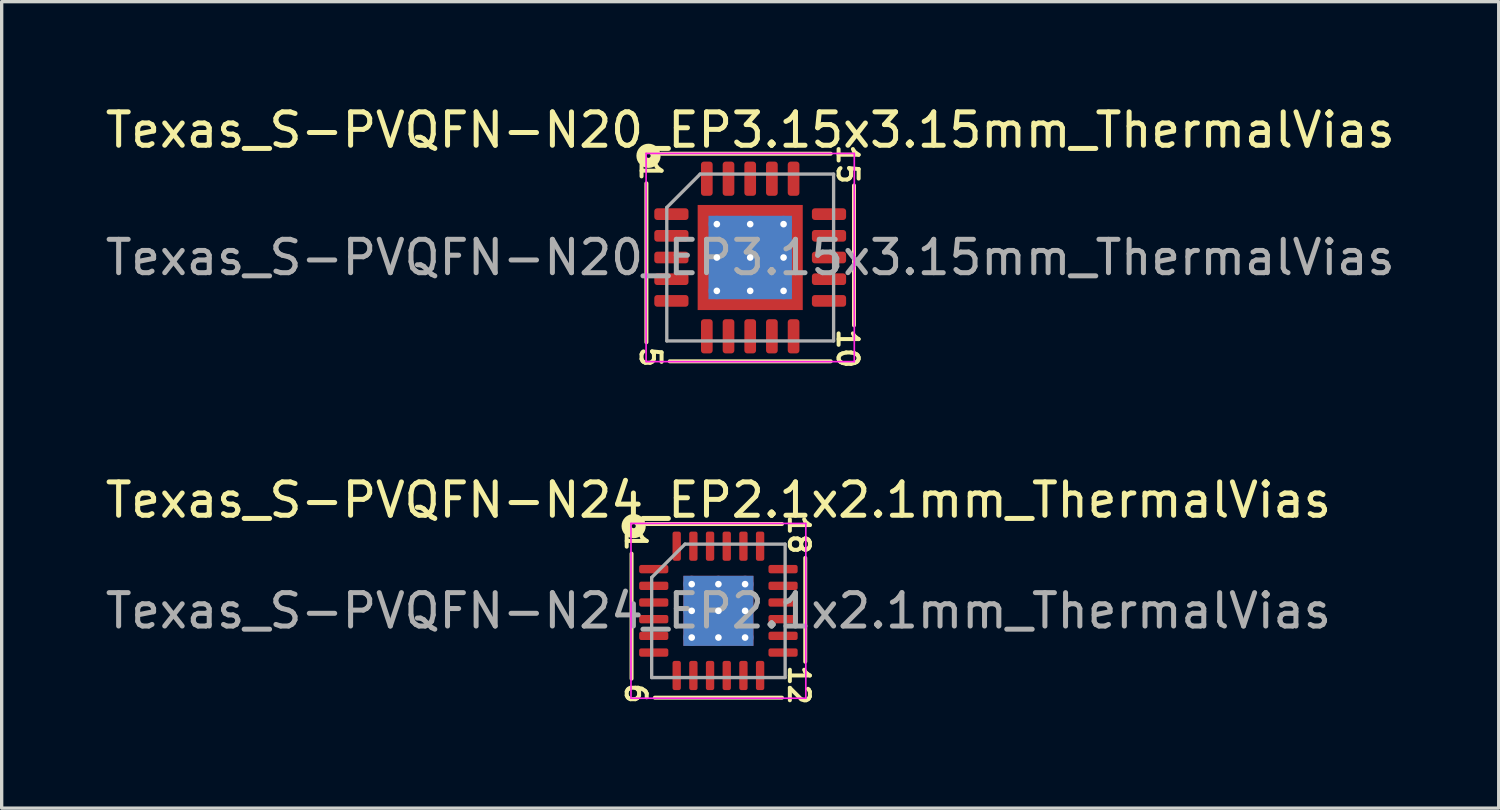
<source format=kicad_pcb>
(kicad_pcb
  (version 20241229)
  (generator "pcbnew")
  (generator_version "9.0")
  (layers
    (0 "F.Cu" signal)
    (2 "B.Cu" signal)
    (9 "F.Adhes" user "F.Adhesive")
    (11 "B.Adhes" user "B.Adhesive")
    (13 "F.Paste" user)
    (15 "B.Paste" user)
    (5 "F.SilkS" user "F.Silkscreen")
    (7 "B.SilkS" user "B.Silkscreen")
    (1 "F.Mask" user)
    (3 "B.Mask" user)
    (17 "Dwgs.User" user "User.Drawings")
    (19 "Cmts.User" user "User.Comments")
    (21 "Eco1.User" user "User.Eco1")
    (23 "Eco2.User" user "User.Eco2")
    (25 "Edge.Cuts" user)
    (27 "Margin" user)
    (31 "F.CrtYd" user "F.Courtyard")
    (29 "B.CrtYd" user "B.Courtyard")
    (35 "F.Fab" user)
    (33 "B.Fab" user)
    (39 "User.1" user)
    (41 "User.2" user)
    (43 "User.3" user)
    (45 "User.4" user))
  (footprint "Texas_S-PVQFN-N20_EP3.15x3.15mm_ThermalVias"
    (layer "F.Cu")
    (at 19.435 4.668)
    (property "Reference" "Texas_S-PVQFN-N20_EP3.15x3.15mm_ThermalVias" (at 0 -3.82 0) (layer "F.SilkS") (effects (font (size 1 1) (thickness 0.15))))
    (attr smd)
    (fp_line (start -3.111 -2.223) (end -3.111 2.54) (stroke (width 0.12) (type solid)) (layer "F.SilkS"))
    (fp_line (start -2.413 3.111) (end 2.413 3.111) (stroke (width 0.12) (type solid)) (layer "F.SilkS"))
    (fp_line (start 2.413 -3.111) (end -2.667 -3.111) (stroke (width 0.12) (type solid)) (layer "F.SilkS"))
    (fp_line (start 3.111 2.032) (end 3.111 -2.159) (stroke (width 0.12) (type solid)) (layer "F.SilkS"))
    (fp_circle (center -3.048 -3.048) (end -2.985 -3.048) (stroke (width 0.3) (type solid)) (fill no) (layer "F.SilkS"))
    (fp_line (start -3.12 -3.12) (end -3.12 3.12) (stroke (width 0.05) (type solid)) (layer "F.CrtYd"))
    (fp_line (start -3.12 3.12) (end 3.12 3.12) (stroke (width 0.05) (type solid)) (layer "F.CrtYd"))
    (fp_line (start 3.12 -3.12) (end -3.12 -3.12) (stroke (width 0.05) (type solid)) (layer "F.CrtYd"))
    (fp_line (start 3.12 3.12) (end 3.12 -3.12) (stroke (width 0.05) (type solid)) (layer "F.CrtYd"))
    (fp_line (start -2.5 -1.5) (end -1.5 -2.5) (stroke (width 0.1) (type solid)) (layer "F.Fab"))
    (fp_line (start -2.5 2.5) (end -2.5 -1.5) (stroke (width 0.1) (type solid)) (layer "F.Fab"))
    (fp_line (start -1.5 -2.5) (end 2.5 -2.5) (stroke (width 0.1) (type solid)) (layer "F.Fab"))
    (fp_line (start 2.5 -2.5) (end 2.5 2.5) (stroke (width 0.1) (type solid)) (layer "F.Fab"))
    (fp_line (start 2.5 2.5) (end -2.5 2.5) (stroke (width 0.1) (type solid)) (layer "F.Fab"))
    (fp_text user "15" (at 2.921 -2.794 270) (unlocked yes) (layer "F.SilkS") (effects (font (size 0.6 0.6) (thickness 0.12))))
    (fp_text user "1" (at -2.985 -2.603 270) (unlocked yes) (layer "F.SilkS") (effects (font (size 0.6 0.6) (thickness 0.12))))
    (fp_text user "10" (at 2.921 2.731 270) (unlocked yes) (layer "F.SilkS") (effects (font (size 0.6 0.6) (thickness 0.12))))
    (fp_text user "5" (at -2.985 2.985 270) (unlocked yes) (layer "F.SilkS") (effects (font (size 0.6 0.6) (thickness 0.12))))
    (fp_text user "${REFERENCE}" (at 0 0 0) (layer "F.Fab") (effects (font (size 1 1) (thickness 0.15))))
    (pad "" smd custom (at -1.288 -1.288) (size 0.342 0.342) (layers "F.Paste") (options (anchor circle)) (primitives (gr_poly (pts (xy 0.116 0.012) (xy 0.012 0.116) (xy -0.116 0.116) (xy -0.116 -0.116) (xy 0.116 -0.116)) (width 0.232) (fill yes))))
    (pad "" smd custom (at -1.288 -0.5) (size 0.371 0.371) (layers "F.Paste") (options (anchor circle)) (primitives (gr_poly (pts (xy 0.14 -0.235) (xy 0.14 0.235) (xy 0.063 0.311) (xy -0.14 0.311) (xy -0.14 -0.311) (xy 0.063 -0.311)) (width 0.184) (fill yes))))
    (pad "" smd custom (at -1.288 0.5) (size 0.371 0.371) (layers "F.Paste") (options (anchor circle)) (primitives (gr_poly (pts (xy 0.14 -0.235) (xy 0.14 0.235) (xy 0.063 0.311) (xy -0.14 0.311) (xy -0.14 -0.311) (xy 0.063 -0.311)) (width 0.184) (fill yes))))
    (pad "" smd custom (at -1.288 1.288) (size 0.342 0.342) (layers "F.Paste") (options (anchor circle)) (primitives (gr_poly (pts (xy 0.116 -0.012) (xy 0.116 0.116) (xy -0.116 0.116) (xy -0.116 -0.116) (xy 0.012 -0.116)) (width 0.232) (fill yes))))
    (pad "" smd custom (at -0.5 -1.288) (size 0.371 0.371) (layers "F.Paste") (options (anchor circle)) (primitives (gr_poly (pts (xy 0.311 0.063) (xy 0.235 0.14) (xy -0.235 0.14) (xy -0.311 0.063) (xy -0.311 -0.14) (xy 0.311 -0.14)) (width 0.184) (fill yes))))
    (pad "" smd roundrect (at -0.5 -0.5) (size 0.806 0.806) (layers "F.Paste") (roundrect_rratio 0.25))
    (pad "" smd roundrect (at -0.5 0.5) (size 0.806 0.806) (layers "F.Paste") (roundrect_rratio 0.25))
    (pad "" smd custom (at -0.5 1.288) (size 0.371 0.371) (layers "F.Paste") (options (anchor circle)) (primitives (gr_poly (pts (xy 0.311 -0.063) (xy 0.311 0.14) (xy -0.311 0.14) (xy -0.311 -0.063) (xy -0.235 -0.14) (xy 0.235 -0.14)) (width 0.184) (fill yes))))
    (pad "" smd custom (at 0.5 -1.288) (size 0.371 0.371) (layers "F.Paste") (options (anchor circle)) (primitives (gr_poly (pts (xy 0.311 0.063) (xy 0.235 0.14) (xy -0.235 0.14) (xy -0.311 0.063) (xy -0.311 -0.14) (xy 0.311 -0.14)) (width 0.184) (fill yes))))
    (pad "" smd roundrect (at 0.5 -0.5) (size 0.806 0.806) (layers "F.Paste") (roundrect_rratio 0.25))
    (pad "" smd roundrect (at 0.5 0.5) (size 0.806 0.806) (layers "F.Paste") (roundrect_rratio 0.25))
    (pad "" smd custom (at 0.5 1.288) (size 0.371 0.371) (layers "F.Paste") (options (anchor circle)) (primitives (gr_poly (pts (xy 0.311 -0.063) (xy 0.311 0.14) (xy -0.311 0.14) (xy -0.311 -0.063) (xy -0.235 -0.14) (xy 0.235 -0.14)) (width 0.184) (fill yes))))
    (pad "" smd custom (at 1.288 -1.288) (size 0.342 0.342) (layers "F.Paste") (options (anchor circle)) (primitives (gr_poly (pts (xy 0.116 0.116) (xy -0.012 0.116) (xy -0.116 0.012) (xy -0.116 -0.116) (xy 0.116 -0.116)) (width 0.232) (fill yes))))
    (pad "" smd custom (at 1.288 -0.5) (size 0.371 0.371) (layers "F.Paste") (options (anchor circle)) (primitives (gr_poly (pts (xy 0.14 0.311) (xy -0.063 0.311) (xy -0.14 0.235) (xy -0.14 -0.235) (xy -0.063 -0.311) (xy 0.14 -0.311)) (width 0.184) (fill yes))))
    (pad "" smd custom (at 1.288 0.5) (size 0.371 0.371) (layers "F.Paste") (options (anchor circle)) (primitives (gr_poly (pts (xy 0.14 0.311) (xy -0.063 0.311) (xy -0.14 0.235) (xy -0.14 -0.235) (xy -0.063 -0.311) (xy 0.14 -0.311)) (width 0.184) (fill yes))))
    (pad "" smd custom (at 1.288 1.288) (size 0.342 0.342) (layers "F.Paste") (options (anchor circle)) (primitives (gr_poly (pts (xy 0.116 0.116) (xy -0.116 0.116) (xy -0.116 -0.012) (xy -0.012 -0.116) (xy 0.116 -0.116)) (width 0.232) (fill yes))))
    (pad "1" smd roundrect (at -2.362 -1.3) (size 1.025 0.35) (layers "F.Cu" "F.Mask" "F.Paste") (roundrect_rratio 0.25))
    (pad "2" smd roundrect (at -2.362 -0.65) (size 1.025 0.35) (layers "F.Cu" "F.Mask" "F.Paste") (roundrect_rratio 0.25))
    (pad "3" smd roundrect (at -2.362 0) (size 1.025 0.35) (layers "F.Cu" "F.Mask" "F.Paste") (roundrect_rratio 0.25))
    (pad "4" smd roundrect (at -2.362 0.65) (size 1.025 0.35) (layers "F.Cu" "F.Mask" "F.Paste") (roundrect_rratio 0.25))
    (pad "5" smd roundrect (at -2.362 1.3) (size 1.025 0.35) (layers "F.Cu" "F.Mask" "F.Paste") (roundrect_rratio 0.25))
    (pad "6" smd roundrect (at -1.3 2.362) (size 0.35 1.025) (layers "F.Cu" "F.Mask" "F.Paste") (roundrect_rratio 0.25))
    (pad "7" smd roundrect (at -0.65 2.362) (size 0.35 1.025) (layers "F.Cu" "F.Mask" "F.Paste") (roundrect_rratio 0.25))
    (pad "8" smd roundrect (at 0 2.362) (size 0.35 1.025) (layers "F.Cu" "F.Mask" "F.Paste") (roundrect_rratio 0.25))
    (pad "9" smd roundrect (at 0.65 2.362) (size 0.35 1.025) (layers "F.Cu" "F.Mask" "F.Paste") (roundrect_rratio 0.25))
    (pad "10" smd roundrect (at 1.3 2.362) (size 0.35 1.025) (layers "F.Cu" "F.Mask" "F.Paste") (roundrect_rratio 0.25))
    (pad "11" smd roundrect (at 2.362 1.3) (size 1.025 0.35) (layers "F.Cu" "F.Mask" "F.Paste") (roundrect_rratio 0.25))
    (pad "12" smd roundrect (at 2.362 0.65) (size 1.025 0.35) (layers "F.Cu" "F.Mask" "F.Paste") (roundrect_rratio 0.25))
    (pad "13" smd roundrect (at 2.362 0) (size 1.025 0.35) (layers "F.Cu" "F.Mask" "F.Paste") (roundrect_rratio 0.25))
    (pad "14" smd roundrect (at 2.362 -0.65) (size 1.025 0.35) (layers "F.Cu" "F.Mask" "F.Paste") (roundrect_rratio 0.25))
    (pad "15" smd roundrect (at 2.362 -1.3) (size 1.025 0.35) (layers "F.Cu" "F.Mask" "F.Paste") (roundrect_rratio 0.25))
    (pad "16" smd roundrect (at 1.3 -2.362) (size 0.35 1.025) (layers "F.Cu" "F.Mask" "F.Paste") (roundrect_rratio 0.25))
    (pad "17" smd roundrect (at 0.65 -2.362) (size 0.35 1.025) (layers "F.Cu" "F.Mask" "F.Paste") (roundrect_rratio 0.25))
    (pad "18" smd roundrect (at 0 -2.362) (size 0.35 1.025) (layers "F.Cu" "F.Mask" "F.Paste") (roundrect_rratio 0.25))
    (pad "19" smd roundrect (at -0.65 -2.362) (size 0.35 1.025) (layers "F.Cu" "F.Mask" "F.Paste") (roundrect_rratio 0.25))
    (pad "20" smd roundrect (at -1.3 -2.362) (size 0.35 1.025) (layers "F.Cu" "F.Mask" "F.Paste") (roundrect_rratio 0.25))
    (pad "21" thru_hole circle (at -1 -1) (size 0.5 0.5) (drill 0.2) (layers "*.Cu"))
    (pad "21" thru_hole circle (at -1 0) (size 0.5 0.5) (drill 0.2) (layers "*.Cu"))
    (pad "21" thru_hole circle (at -1 1) (size 0.5 0.5) (drill 0.2) (layers "*.Cu"))
    (pad "21" thru_hole circle (at 0 -1) (size 0.5 0.5) (drill 0.2) (layers "*.Cu"))
    (pad "21" thru_hole circle (at 0 0) (size 0.5 0.5) (drill 0.2) (layers "*.Cu"))
    (pad "21" smd rect (at 0 0) (size 2.5 2.5) (layers "B.Cu" "B.Mask"))
    (pad "21" smd rect (at 0 0) (size 3.15 3.15) (layers "F.Cu" "F.Mask"))
    (pad "21" thru_hole circle (at 0 1) (size 0.5 0.5) (drill 0.2) (layers "*.Cu"))
    (pad "21" thru_hole circle (at 1 -1) (size 0.5 0.5) (drill 0.2) (layers "*.Cu"))
    (pad "21" thru_hole circle (at 1 0) (size 0.5 0.5) (drill 0.2) (layers "*.Cu"))
    (pad "21" thru_hole circle (at 1 1) (size 0.5 0.5) (drill 0.2) (layers "*.Cu")))
  (footprint "Texas_S-PVQFN-N24_EP2.1x2.1mm_ThermalVias"
    (layer "F.Cu")
    (at 18.482 15.258)
    (property "Reference" "Texas_S-PVQFN-N24_EP2.1x2.1mm_ThermalVias" (at 0 -3.32 0) (layer "F.SilkS") (effects (font (size 1 1) (thickness 0.15))))
    (attr smd)
    (fp_line (start -2.603 -1.714) (end -2.603 2.032) (stroke (width 0.12) (type solid)) (layer "F.SilkS"))
    (fp_line (start -1.905 2.603) (end 1.905 2.603) (stroke (width 0.12) (type solid)) (layer "F.SilkS"))
    (fp_line (start 1.905 -2.603) (end -2.159 -2.603) (stroke (width 0.12) (type solid)) (layer "F.SilkS"))
    (fp_line (start 2.603 1.524) (end 2.603 -1.587) (stroke (width 0.12) (type solid)) (layer "F.SilkS"))
    (fp_circle (center -2.54 -2.54) (end -2.477 -2.54) (stroke (width 0.3) (type solid)) (fill no) (layer "F.SilkS"))
    (fp_line (start -2.62 -2.62) (end -2.62 2.62) (stroke (width 0.05) (type solid)) (layer "F.CrtYd"))
    (fp_line (start -2.62 2.62) (end 2.62 2.62) (stroke (width 0.05) (type solid)) (layer "F.CrtYd"))
    (fp_line (start 2.62 -2.62) (end -2.62 -2.62) (stroke (width 0.05) (type solid)) (layer "F.CrtYd"))
    (fp_line (start 2.62 2.62) (end 2.62 -2.62) (stroke (width 0.05) (type solid)) (layer "F.CrtYd"))
    (fp_line (start -2 -1) (end -1 -2) (stroke (width 0.1) (type solid)) (layer "F.Fab"))
    (fp_line (start -2 2) (end -2 -1) (stroke (width 0.1) (type solid)) (layer "F.Fab"))
    (fp_line (start -1 -2) (end 2 -2) (stroke (width 0.1) (type solid)) (layer "F.Fab"))
    (fp_line (start 2 -2) (end 2 2) (stroke (width 0.1) (type solid)) (layer "F.Fab"))
    (fp_line (start 2 2) (end -2 2) (stroke (width 0.1) (type solid)) (layer "F.Fab"))
    (fp_text user "1" (at -2.477 -2.095 270) (unlocked yes) (layer "F.SilkS") (effects (font (size 0.6 0.6) (thickness 0.12))))
    (fp_text user "12" (at 2.413 2.223 270) (unlocked yes) (layer "F.SilkS") (effects (font (size 0.6 0.6) (thickness 0.12))))
    (fp_text user "6" (at -2.477 2.477 270) (unlocked yes) (layer "F.SilkS") (effects (font (size 0.6 0.6) (thickness 0.12))))
    (fp_text user "18" (at 2.413 -2.286 270) (unlocked yes) (layer "F.SilkS") (effects (font (size 0.6 0.6) (thickness 0.12))))
    (fp_text user "${REFERENCE}" (at 0 0 0) (layer "F.Fab") (effects (font (size 1 1) (thickness 0.15))))
    (pad "" smd roundrect (at -0.525 -0.525) (size 0.88 0.88) (layers "F.Paste") (roundrect_rratio 0.25))
    (pad "" smd roundrect (at -0.525 0.525) (size 0.88 0.88) (layers "F.Paste") (roundrect_rratio 0.25))
    (pad "" smd roundrect (at 0.525 -0.525) (size 0.88 0.88) (layers "F.Paste") (roundrect_rratio 0.25))
    (pad "" smd roundrect (at 0.525 0.525) (size 0.88 0.88) (layers "F.Paste") (roundrect_rratio 0.25))
    (pad "1" smd roundrect (at -1.938 -1.25) (size 0.875 0.25) (layers "F.Cu" "F.Mask" "F.Paste") (roundrect_rratio 0.25))
    (pad "2" smd roundrect (at -1.938 -0.75) (size 0.875 0.25) (layers "F.Cu" "F.Mask" "F.Paste") (roundrect_rratio 0.25))
    (pad "3" smd roundrect (at -1.938 -0.25) (size 0.875 0.25) (layers "F.Cu" "F.Mask" "F.Paste") (roundrect_rratio 0.25))
    (pad "4" smd roundrect (at -1.938 0.25) (size 0.875 0.25) (layers "F.Cu" "F.Mask" "F.Paste") (roundrect_rratio 0.25))
    (pad "5" smd roundrect (at -1.938 0.75) (size 0.875 0.25) (layers "F.Cu" "F.Mask" "F.Paste") (roundrect_rratio 0.25))
    (pad "6" smd roundrect (at -1.938 1.25) (size 0.875 0.25) (layers "F.Cu" "F.Mask" "F.Paste") (roundrect_rratio 0.25))
    (pad "7" smd roundrect (at -1.25 1.938) (size 0.25 0.875) (layers "F.Cu" "F.Mask" "F.Paste") (roundrect_rratio 0.25))
    (pad "8" smd roundrect (at -0.75 1.938) (size 0.25 0.875) (layers "F.Cu" "F.Mask" "F.Paste") (roundrect_rratio 0.25))
    (pad "9" smd roundrect (at -0.25 1.938) (size 0.25 0.875) (layers "F.Cu" "F.Mask" "F.Paste") (roundrect_rratio 0.25))
    (pad "10" smd roundrect (at 0.25 1.938) (size 0.25 0.875) (layers "F.Cu" "F.Mask" "F.Paste") (roundrect_rratio 0.25))
    (pad "11" smd roundrect (at 0.75 1.938) (size 0.25 0.875) (layers "F.Cu" "F.Mask" "F.Paste") (roundrect_rratio 0.25))
    (pad "12" smd roundrect (at 1.25 1.938) (size 0.25 0.875) (layers "F.Cu" "F.Mask" "F.Paste") (roundrect_rratio 0.25))
    (pad "13" smd roundrect (at 1.938 1.25) (size 0.875 0.25) (layers "F.Cu" "F.Mask" "F.Paste") (roundrect_rratio 0.25))
    (pad "14" smd roundrect (at 1.938 0.75) (size 0.875 0.25) (layers "F.Cu" "F.Mask" "F.Paste") (roundrect_rratio 0.25))
    (pad "15" smd roundrect (at 1.938 0.25) (size 0.875 0.25) (layers "F.Cu" "F.Mask" "F.Paste") (roundrect_rratio 0.25))
    (pad "16" smd roundrect (at 1.938 -0.25) (size 0.875 0.25) (layers "F.Cu" "F.Mask" "F.Paste") (roundrect_rratio 0.25))
    (pad "17" smd roundrect (at 1.938 -0.75) (size 0.875 0.25) (layers "F.Cu" "F.Mask" "F.Paste") (roundrect_rratio 0.25))
    (pad "18" smd roundrect (at 1.938 -1.25) (size 0.875 0.25) (layers "F.Cu" "F.Mask" "F.Paste") (roundrect_rratio 0.25))
    (pad "19" smd roundrect (at 1.25 -1.938) (size 0.25 0.875) (layers "F.Cu" "F.Mask" "F.Paste") (roundrect_rratio 0.25))
    (pad "20" smd roundrect (at 0.75 -1.938) (size 0.25 0.875) (layers "F.Cu" "F.Mask" "F.Paste") (roundrect_rratio 0.25))
    (pad "21" smd roundrect (at 0.25 -1.938) (size 0.25 0.875) (layers "F.Cu" "F.Mask" "F.Paste") (roundrect_rratio 0.25))
    (pad "22" smd roundrect (at -0.25 -1.938) (size 0.25 0.875) (layers "F.Cu" "F.Mask" "F.Paste") (roundrect_rratio 0.25))
    (pad "23" smd roundrect (at -0.75 -1.938) (size 0.25 0.875) (layers "F.Cu" "F.Mask" "F.Paste") (roundrect_rratio 0.25))
    (pad "24" smd roundrect (at -1.25 -1.938) (size 0.25 0.875) (layers "F.Cu" "F.Mask" "F.Paste") (roundrect_rratio 0.25))
    (pad "25" thru_hole circle (at -0.8 -0.8) (size 0.5 0.5) (drill 0.2) (layers "*.Cu"))
    (pad "25" thru_hole circle (at -0.8 0) (size 0.5 0.5) (drill 0.2) (layers "*.Cu"))
    (pad "25" thru_hole circle (at -0.8 0.8) (size 0.5 0.5) (drill 0.2) (layers "*.Cu"))
    (pad "25" thru_hole circle (at 0 -0.8) (size 0.5 0.5) (drill 0.2) (layers "*.Cu"))
    (pad "25" thru_hole circle (at 0 0) (size 0.5 0.5) (drill 0.2) (layers "*.Cu"))
    (pad "25" smd rect (at 0 0) (size 2.1 2.1) (layers "F.Cu" "F.Mask"))
    (pad "25" smd rect (at 0 0) (size 2.1 2.1) (layers "B.Cu" "B.Mask"))
    (pad "25" thru_hole circle (at 0 0.8) (size 0.5 0.5) (drill 0.2) (layers "*.Cu"))
    (pad "25" thru_hole circle (at 0.8 -0.8) (size 0.5 0.5) (drill 0.2) (layers "*.Cu"))
    (pad "25" thru_hole circle (at 0.8 0) (size 0.5 0.5) (drill 0.2) (layers "*.Cu"))
    (pad "25" thru_hole circle (at 0.8 0.8) (size 0.5 0.5) (drill 0.2) (layers "*.Cu")))
  (gr_rect
    (start -3 -3)
    (end 41.869 21.172)
    (stroke (width 0.1) (type default))
    (fill no)
    (layer "Edge.Cuts")))
</source>
